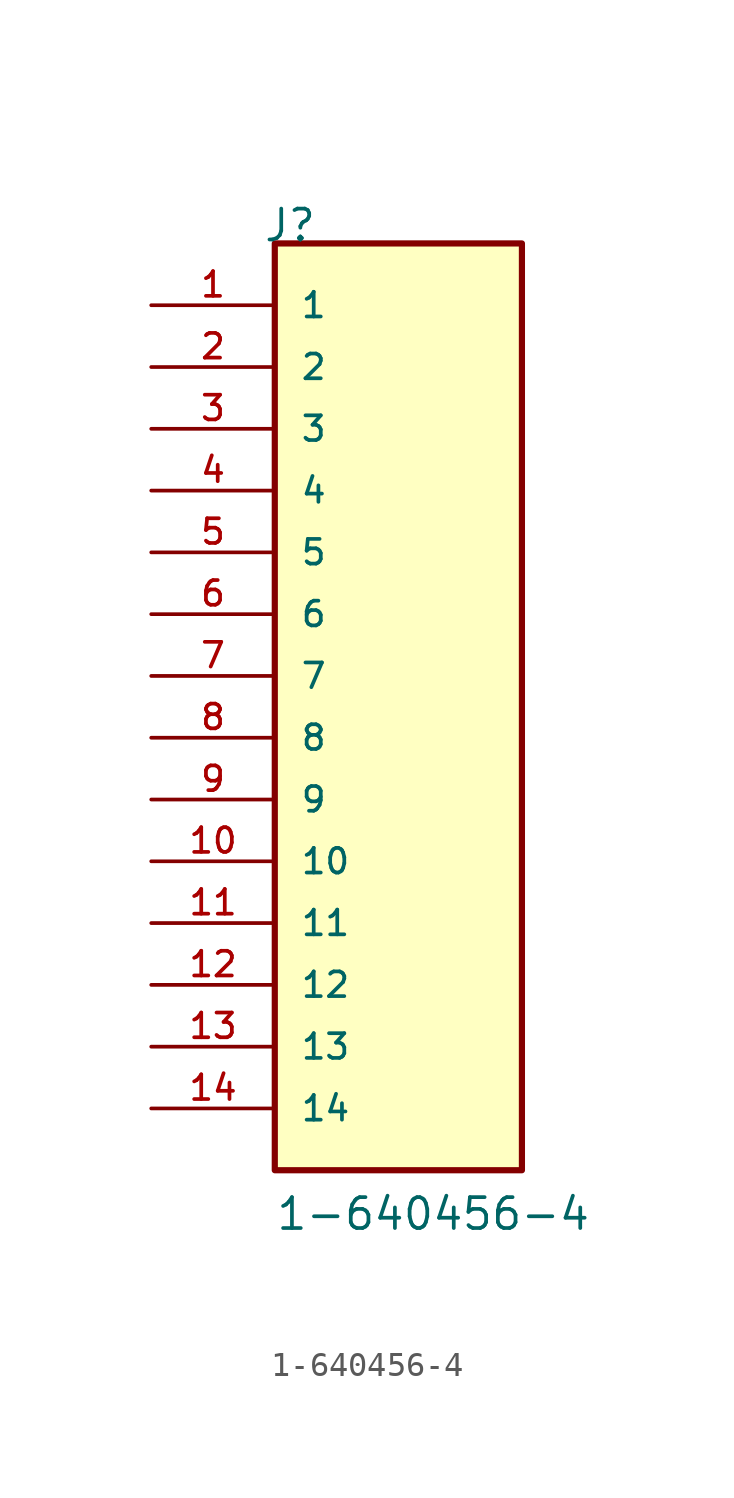
<source format=kicad_sym>
(kicad_symbol_lib
  (version 20211014)
  (generator kicad_symbol_editor)
  (symbol "1-640456-4"
    (pin_names
      (offset 1.016))
    (property "Reference" "J"
      (at -5.58 20.32 0)
      (effects (font (size 1.27 1.27)) (justify bottom left)))
    (property "Value" "1-640456-4"
      (at -5.08 -20.32 0)
      (effects (font (size 1.27 1.27)) (justify bottom left)))
    (symbol "1-640456-4_0_0"
      (rectangle (start -5.08 -17.78) (end 5.08 20.32) (stroke (width 0.254)) (fill (type background)))
      (pin passive line (at -10.16 17.78 0) (length 5.08) (name "1" (effects (font (size 1.016 1.016)))) (number "1" (effects (font (size 1.016 1.016)))))
      (pin passive line (at -10.16 15.24 0) (length 5.08) (name "2" (effects (font (size 1.016 1.016)))) (number "2" (effects (font (size 1.016 1.016)))))
      (pin passive line (at -10.16 12.7 0) (length 5.08) (name "3" (effects (font (size 1.016 1.016)))) (number "3" (effects (font (size 1.016 1.016)))))
      (pin passive line (at -10.16 10.16 0) (length 5.08) (name "4" (effects (font (size 1.016 1.016)))) (number "4" (effects (font (size 1.016 1.016)))))
      (pin passive line (at -10.16 7.62 0) (length 5.08) (name "5" (effects (font (size 1.016 1.016)))) (number "5" (effects (font (size 1.016 1.016)))))
      (pin passive line (at -10.16 5.08 0) (length 5.08) (name "6" (effects (font (size 1.016 1.016)))) (number "6" (effects (font (size 1.016 1.016)))))
      (pin passive line (at -10.16 2.54 0) (length 5.08) (name "7" (effects (font (size 1.016 1.016)))) (number "7" (effects (font (size 1.016 1.016)))))
      (pin passive line (at -10.16 0.0 0) (length 5.08) (name "8" (effects (font (size 1.016 1.016)))) (number "8" (effects (font (size 1.016 1.016)))))
      (pin passive line (at -10.16 -2.54 0) (length 5.08) (name "9" (effects (font (size 1.016 1.016)))) (number "9" (effects (font (size 1.016 1.016)))))
      (pin passive line (at -10.16 -5.08 0) (length 5.08) (name "10" (effects (font (size 1.016 1.016)))) (number "10" (effects (font (size 1.016 1.016)))))
      (pin passive line (at -10.16 -7.62 0) (length 5.08) (name "11" (effects (font (size 1.016 1.016)))) (number "11" (effects (font (size 1.016 1.016)))))
      (pin passive line (at -10.16 -10.16 0) (length 5.08) (name "12" (effects (font (size 1.016 1.016)))) (number "12" (effects (font (size 1.016 1.016)))))
      (pin passive line (at -10.16 -12.7 0) (length 5.08) (name "13" (effects (font (size 1.016 1.016)))) (number "13" (effects (font (size 1.016 1.016)))))
      (pin passive line (at -10.16 -15.24 0) (length 5.08) (name "14" (effects (font (size 1.016 1.016)))) (number "14" (effects (font (size 1.016 1.016))))))))
</source>
